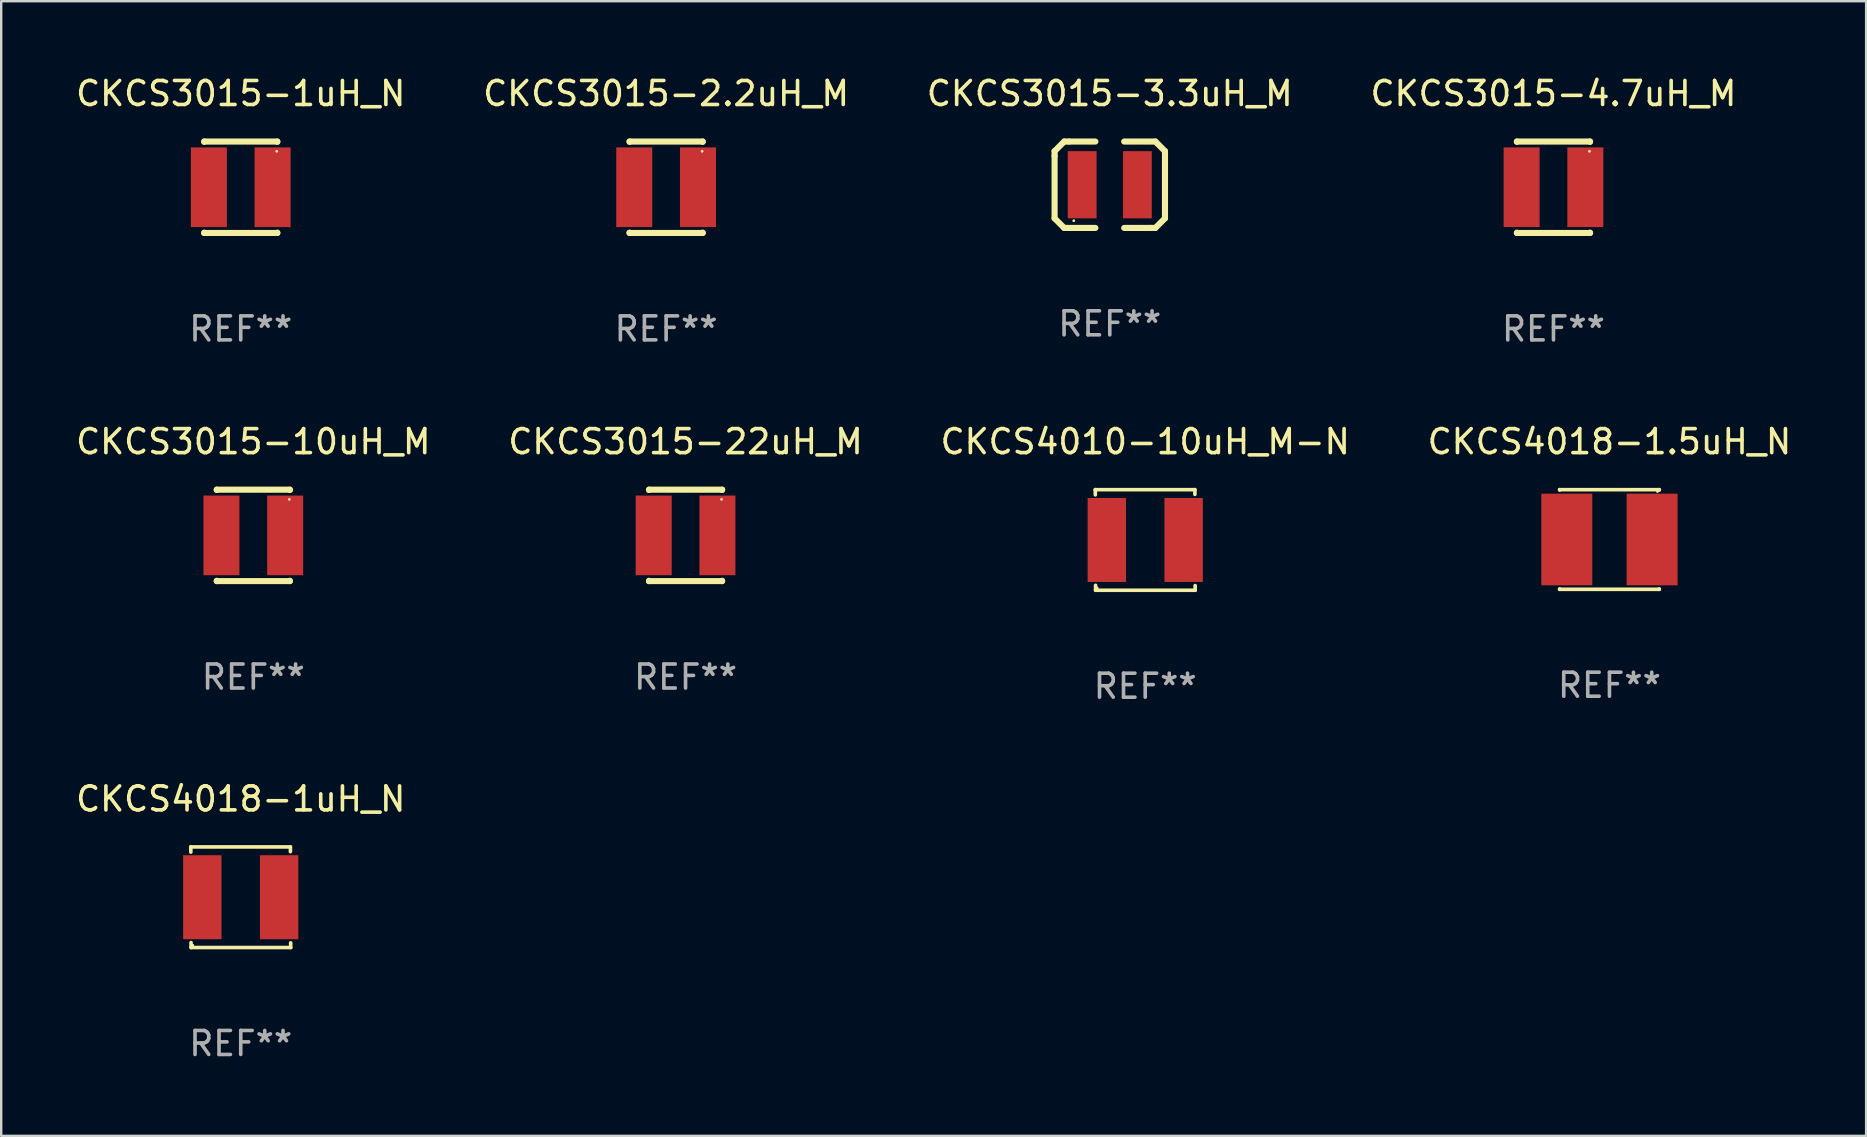
<source format=kicad_pcb>
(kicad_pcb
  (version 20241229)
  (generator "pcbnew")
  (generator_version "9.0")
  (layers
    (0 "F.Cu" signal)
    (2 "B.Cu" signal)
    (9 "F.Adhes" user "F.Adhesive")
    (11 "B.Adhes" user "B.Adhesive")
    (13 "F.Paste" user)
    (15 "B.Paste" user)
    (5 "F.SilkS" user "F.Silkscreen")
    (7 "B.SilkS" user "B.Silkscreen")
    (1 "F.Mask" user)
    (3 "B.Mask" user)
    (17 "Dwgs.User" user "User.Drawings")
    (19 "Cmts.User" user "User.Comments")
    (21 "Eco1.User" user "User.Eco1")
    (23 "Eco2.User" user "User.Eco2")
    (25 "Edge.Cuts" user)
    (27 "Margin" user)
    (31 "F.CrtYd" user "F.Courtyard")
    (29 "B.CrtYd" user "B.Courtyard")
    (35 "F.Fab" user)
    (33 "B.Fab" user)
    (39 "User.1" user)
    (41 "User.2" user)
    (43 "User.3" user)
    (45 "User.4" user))
  (footprint "CKCS3015-2.2uH_M"
    (layer "F.Cu")
    (at 24.708 4.753)
    (property "Reference" "CKCS3015-2.2uH_M" (at 0 -3.905 0) (layer "F.SilkS") (effects (font (size 1 1) (thickness 0.15))))
    (attr through_hole)
    (fp_line (start -1.524 -1.905) (end 1.524 -1.905) (stroke (width 0.254) (type solid)) (layer "F.SilkS"))
    (fp_line (start -1.524 -1.891) (end -1.524 -1.905) (stroke (width 0.254) (type solid)) (layer "F.SilkS"))
    (fp_line (start -1.524 1.905) (end -1.524 1.891) (stroke (width 0.254) (type solid)) (layer "F.SilkS"))
    (fp_line (start -1.524 1.905) (end 1.524 1.905) (stroke (width 0.254) (type solid)) (layer "F.SilkS"))
    (fp_line (start 1.524 -1.905) (end 1.524 -1.891) (stroke (width 0.254) (type solid)) (layer "F.SilkS"))
    (fp_line (start 1.524 1.891) (end 1.524 1.905) (stroke (width 0.254) (type solid)) (layer "F.SilkS"))
    (fp_circle (center 1.5 -1.5) (end 1.53 -1.5) (stroke (width 0.06) (type solid)) (fill no) (layer "F.SilkS"))
    (fp_text user "REF**" (at 0 5.905 0) (layer "F.Fab") (effects (font (size 1 1) (thickness 0.15))))
    (pad "1" smd rect (at 1.328 0) (size 1.5 3.32) (layers "F.Cu" "F.Mask" "F.Paste"))
    (pad "2" smd rect (at -1.328 0) (size 1.5 3.32) (layers "F.Cu" "F.Mask" "F.Paste")))
  (footprint "CKCS3015-4.7uH_M"
    (layer "F.Cu")
    (at 61.685 4.753)
    (property "Reference" "CKCS3015-4.7uH_M" (at 0 -3.905 0) (layer "F.SilkS") (effects (font (size 1 1) (thickness 0.15))))
    (attr through_hole)
    (fp_line (start -1.524 -1.905) (end 1.524 -1.905) (stroke (width 0.254) (type solid)) (layer "F.SilkS"))
    (fp_line (start -1.524 -1.891) (end -1.524 -1.905) (stroke (width 0.254) (type solid)) (layer "F.SilkS"))
    (fp_line (start -1.524 1.905) (end -1.524 1.891) (stroke (width 0.254) (type solid)) (layer "F.SilkS"))
    (fp_line (start -1.524 1.905) (end 1.524 1.905) (stroke (width 0.254) (type solid)) (layer "F.SilkS"))
    (fp_line (start 1.524 -1.905) (end 1.524 -1.891) (stroke (width 0.254) (type solid)) (layer "F.SilkS"))
    (fp_line (start 1.524 1.891) (end 1.524 1.905) (stroke (width 0.254) (type solid)) (layer "F.SilkS"))
    (fp_circle (center 1.5 -1.5) (end 1.53 -1.5) (stroke (width 0.06) (type solid)) (fill no) (layer "F.SilkS"))
    (fp_text user "REF**" (at 0 5.905 0) (layer "F.Fab") (effects (font (size 1 1) (thickness 0.15))))
    (pad "1" smd rect (at 1.328 0) (size 1.5 3.32) (layers "F.Cu" "F.Mask" "F.Paste"))
    (pad "2" smd rect (at -1.328 0) (size 1.5 3.32) (layers "F.Cu" "F.Mask" "F.Paste")))
  (footprint "CKCS3015-22uH_M"
    (layer "F.Cu")
    (at 25.518 19.26)
    (property "Reference" "CKCS3015-22uH_M" (at 0 -3.905 0) (layer "F.SilkS") (effects (font (size 1 1) (thickness 0.15))))
    (attr through_hole)
    (fp_line (start -1.524 -1.905) (end 1.524 -1.905) (stroke (width 0.254) (type solid)) (layer "F.SilkS"))
    (fp_line (start -1.524 -1.891) (end -1.524 -1.905) (stroke (width 0.254) (type solid)) (layer "F.SilkS"))
    (fp_line (start -1.524 1.905) (end -1.524 1.891) (stroke (width 0.254) (type solid)) (layer "F.SilkS"))
    (fp_line (start -1.524 1.905) (end 1.524 1.905) (stroke (width 0.254) (type solid)) (layer "F.SilkS"))
    (fp_line (start 1.524 -1.905) (end 1.524 -1.891) (stroke (width 0.254) (type solid)) (layer "F.SilkS"))
    (fp_line (start 1.524 1.891) (end 1.524 1.905) (stroke (width 0.254) (type solid)) (layer "F.SilkS"))
    (fp_circle (center 1.5 -1.5) (end 1.53 -1.5) (stroke (width 0.06) (type solid)) (fill no) (layer "F.SilkS"))
    (fp_text user "REF**" (at 0 5.905 0) (layer "F.Fab") (effects (font (size 1 1) (thickness 0.15))))
    (pad "1" smd rect (at 1.328 0) (size 1.5 3.32) (layers "F.Cu" "F.Mask" "F.Paste"))
    (pad "2" smd rect (at -1.328 0) (size 1.5 3.32) (layers "F.Cu" "F.Mask" "F.Paste")))
  (footprint "CKCS4018-1uH_N"
    (layer "F.Cu")
    (at 6.982 34.339)
    (property "Reference" "CKCS4018-1uH_N" (at 0 -4.096 0) (layer "F.SilkS") (effects (font (size 1 1) (thickness 0.15))))
    (attr through_hole)
    (fp_line (start -2.083 -2.096) (end -2.08 -1.88) (stroke (width 0.15) (type solid)) (layer "F.SilkS"))
    (fp_line (start -2.07 1.89) (end -2.07 2.096) (stroke (width 0.15) (type solid)) (layer "F.SilkS"))
    (fp_line (start -2.07 2.096) (end 2.083 2.096) (stroke (width 0.15) (type solid)) (layer "F.SilkS"))
    (fp_line (start 2.07 -1.9) (end 2.07 -2.096) (stroke (width 0.15) (type solid)) (layer "F.SilkS"))
    (fp_line (start 2.07 -2.096) (end -2.083 -2.096) (stroke (width 0.15) (type solid)) (layer "F.SilkS"))
    (fp_line (start 2.083 2.096) (end 2.08 1.9) (stroke (width 0.15) (type solid)) (layer "F.SilkS"))
    (fp_circle (center -2 2) (end -1.97 2) (stroke (width 0.06) (type solid)) (fill no) (layer "F.SilkS"))
    (fp_text user "REF**" (at 0 6.096 0) (layer "F.Fab") (effects (font (size 1 1) (thickness 0.15))))
    (pad "1" smd rect (at -1.6 -0.000343) (size 1.6 3.5) (layers "F.Cu" "F.Mask" "F.Paste"))
    (pad "2" smd rect (at 1.6 -0.000343) (size 1.6 3.5) (layers "F.Cu" "F.Mask" "F.Paste")))
  (footprint "CKCS3015-1uH_N"
    (layer "F.Cu")
    (at 6.982 4.753)
    (property "Reference" "CKCS3015-1uH_N" (at 0 -3.905 0) (layer "F.SilkS") (effects (font (size 1 1) (thickness 0.15))))
    (attr through_hole)
    (fp_line (start -1.524 -1.905) (end 1.524 -1.905) (stroke (width 0.254) (type solid)) (layer "F.SilkS"))
    (fp_line (start -1.524 -1.891) (end -1.524 -1.905) (stroke (width 0.254) (type solid)) (layer "F.SilkS"))
    (fp_line (start -1.524 1.905) (end -1.524 1.891) (stroke (width 0.254) (type solid)) (layer "F.SilkS"))
    (fp_line (start -1.524 1.905) (end 1.524 1.905) (stroke (width 0.254) (type solid)) (layer "F.SilkS"))
    (fp_line (start 1.524 -1.905) (end 1.524 -1.891) (stroke (width 0.254) (type solid)) (layer "F.SilkS"))
    (fp_line (start 1.524 1.891) (end 1.524 1.905) (stroke (width 0.254) (type solid)) (layer "F.SilkS"))
    (fp_circle (center 1.5 -1.5) (end 1.53 -1.5) (stroke (width 0.06) (type solid)) (fill no) (layer "F.SilkS"))
    (fp_text user "REF**" (at 0 5.905 0) (layer "F.Fab") (effects (font (size 1 1) (thickness 0.15))))
    (pad "1" smd rect (at 1.328 0) (size 1.5 3.32) (layers "F.Cu" "F.Mask" "F.Paste"))
    (pad "2" smd rect (at -1.328 0) (size 1.5 3.32) (layers "F.Cu" "F.Mask" "F.Paste")))
  (footprint "CKCS3015-10uH_M"
    (layer "F.Cu")
    (at 7.506 19.26)
    (property "Reference" "CKCS3015-10uH_M" (at 0 -3.905 0) (layer "F.SilkS") (effects (font (size 1 1) (thickness 0.15))))
    (attr through_hole)
    (fp_line (start -1.524 -1.905) (end 1.524 -1.905) (stroke (width 0.254) (type solid)) (layer "F.SilkS"))
    (fp_line (start -1.524 -1.891) (end -1.524 -1.905) (stroke (width 0.254) (type solid)) (layer "F.SilkS"))
    (fp_line (start -1.524 1.905) (end -1.524 1.891) (stroke (width 0.254) (type solid)) (layer "F.SilkS"))
    (fp_line (start -1.524 1.905) (end 1.524 1.905) (stroke (width 0.254) (type solid)) (layer "F.SilkS"))
    (fp_line (start 1.524 -1.905) (end 1.524 -1.891) (stroke (width 0.254) (type solid)) (layer "F.SilkS"))
    (fp_line (start 1.524 1.891) (end 1.524 1.905) (stroke (width 0.254) (type solid)) (layer "F.SilkS"))
    (fp_circle (center 1.5 -1.5) (end 1.53 -1.5) (stroke (width 0.06) (type solid)) (fill no) (layer "F.SilkS"))
    (fp_text user "REF**" (at 0 5.905 0) (layer "F.Fab") (effects (font (size 1 1) (thickness 0.15))))
    (pad "1" smd rect (at 1.328 0) (size 1.5 3.32) (layers "F.Cu" "F.Mask" "F.Paste"))
    (pad "2" smd rect (at -1.328 0) (size 1.5 3.32) (layers "F.Cu" "F.Mask" "F.Paste")))
  (footprint "CKCS4018-1.5uH_N"
    (layer "F.Cu")
    (at 64.018 19.431)
    (property "Reference" "CKCS4018-1.5uH_N" (at 0 -4.076 0) (layer "F.SilkS") (effects (font (size 1 1) (thickness 0.15))))
    (attr through_hole)
    (fp_line (start -2.076 -2.076) (end 2.076 -2.076) (stroke (width 0.152) (type solid)) (layer "F.SilkS"))
    (fp_line (start -2.076 -2.062) (end -2.076 -2.076) (stroke (width 0.152) (type solid)) (layer "F.SilkS"))
    (fp_line (start -2.076 2.062) (end -2.076 2.076) (stroke (width 0.152) (type solid)) (layer "F.SilkS"))
    (fp_line (start -2.076 2.076) (end 2.076 2.076) (stroke (width 0.152) (type solid)) (layer "F.SilkS"))
    (fp_line (start 2.076 -2.076) (end 2.076 -2.062) (stroke (width 0.152) (type solid)) (layer "F.SilkS"))
    (fp_line (start 2.076 2.076) (end 2.076 2.062) (stroke (width 0.152) (type solid)) (layer "F.SilkS"))
    (fp_circle (center 2 -2) (end 2.03 -2) (stroke (width 0.06) (type solid)) (fill no) (layer "F.SilkS"))
    (fp_text user "REF**" (at 0 6.076 0) (layer "F.Fab") (effects (font (size 1 1) (thickness 0.15))))
    (pad "1" smd rect (at 1.778 0) (size 2.124 3.82) (layers "F.Cu" "F.Mask" "F.Paste"))
    (pad "2" smd rect (at -1.778 0) (size 2.124 3.82) (layers "F.Cu" "F.Mask" "F.Paste")))
  (footprint "CKCS3015-3.3uH_M"
    (layer "F.Cu")
    (at 43.196 4.648)
    (property "Reference" "CKCS3015-3.3uH_M" (at 0 -3.8 0) (layer "F.SilkS") (effects (font (size 1 1) (thickness 0.15))))
    (attr through_hole)
    (fp_line (start -2.3 -1.4) (end -2.3 -1.2) (stroke (width 0.254) (type solid)) (layer "F.SilkS"))
    (fp_line (start -2.3 1.4) (end -2.3 -1.2) (stroke (width 0.254) (type solid)) (layer "F.SilkS"))
    (fp_line (start -1.9 1.8) (end -2.3 1.4) (stroke (width 0.254) (type solid)) (layer "F.SilkS"))
    (fp_line (start -1.9 -1.8) (end -2.3 -1.4) (stroke (width 0.254) (type solid)) (layer "F.SilkS"))
    (fp_line (start -1.7 -1.8) (end -1.9 -1.8) (stroke (width 0.254) (type solid)) (layer "F.SilkS"))
    (fp_line (start -1.7 -1.8) (end -0.6 -1.8) (stroke (width 0.254) (type solid)) (layer "F.SilkS"))
    (fp_line (start -0.6 1.8) (end -1.9 1.8) (stroke (width 0.254) (type solid)) (layer "F.SilkS"))
    (fp_line (start 0.6 -1.8) (end 1.9 -1.8) (stroke (width 0.254) (type solid)) (layer "F.SilkS"))
    (fp_line (start 1.7 1.8) (end 0.6 1.8) (stroke (width 0.254) (type solid)) (layer "F.SilkS"))
    (fp_line (start 1.7 1.8) (end 1.9 1.8) (stroke (width 0.254) (type solid)) (layer "F.SilkS"))
    (fp_line (start 1.9 1.8) (end 2.3 1.4) (stroke (width 0.254) (type solid)) (layer "F.SilkS"))
    (fp_line (start 1.9 -1.8) (end 2.3 -1.4) (stroke (width 0.254) (type solid)) (layer "F.SilkS"))
    (fp_line (start 2.3 -1.4) (end 2.3 1.2) (stroke (width 0.254) (type solid)) (layer "F.SilkS"))
    (fp_line (start 2.3 1.4) (end 2.3 1.2) (stroke (width 0.254) (type solid)) (layer "F.SilkS"))
    (fp_circle (center -1.5 1.5) (end -1.47 1.5) (stroke (width 0.06) (type solid)) (fill no) (layer "F.SilkS"))
    (fp_text user "REF**" (at 0 5.8 0) (layer "F.Fab") (effects (font (size 1 1) (thickness 0.15))))
    (pad "1" smd rect (at -1.15 0) (size 1.2 2.8) (layers "F.Cu" "F.Mask" "F.Paste"))
    (pad "2" smd rect (at 1.15 0) (size 1.2 2.8) (layers "F.Cu" "F.Mask" "F.Paste")))
  (footprint "CKCS4010-10uH_M-N"
    (layer "F.Cu")
    (at 44.673 19.451)
    (property "Reference" "CKCS4010-10uH_M-N" (at 0 -4.096 0) (layer "F.SilkS") (effects (font (size 1 1) (thickness 0.15))))
    (attr through_hole)
    (fp_line (start -2.083 -2.096) (end -2.08 -1.88) (stroke (width 0.15) (type solid)) (layer "F.SilkS"))
    (fp_line (start -2.07 1.89) (end -2.07 2.096) (stroke (width 0.15) (type solid)) (layer "F.SilkS"))
    (fp_line (start -2.07 2.096) (end 2.083 2.096) (stroke (width 0.15) (type solid)) (layer "F.SilkS"))
    (fp_line (start 2.07 -1.9) (end 2.07 -2.096) (stroke (width 0.15) (type solid)) (layer "F.SilkS"))
    (fp_line (start 2.07 -2.096) (end -2.083 -2.096) (stroke (width 0.15) (type solid)) (layer "F.SilkS"))
    (fp_line (start 2.083 2.096) (end 2.08 1.9) (stroke (width 0.15) (type solid)) (layer "F.SilkS"))
    (fp_circle (center -2 2) (end -1.97 2) (stroke (width 0.06) (type solid)) (fill no) (layer "F.SilkS"))
    (fp_text user "REF**" (at 0 6.096 0) (layer "F.Fab") (effects (font (size 1 1) (thickness 0.15))))
    (pad "1" smd rect (at -1.6 -0.000343) (size 1.6 3.5) (layers "F.Cu" "F.Mask" "F.Paste"))
    (pad "2" smd rect (at 1.6 -0.000343) (size 1.6 3.5) (layers "F.Cu" "F.Mask" "F.Paste")))
  (gr_rect
    (start -3 -3)
    (end 74.714 44.283)
    (stroke (width 0.1) (type default))
    (fill no)
    (layer "Edge.Cuts")))
</source>
